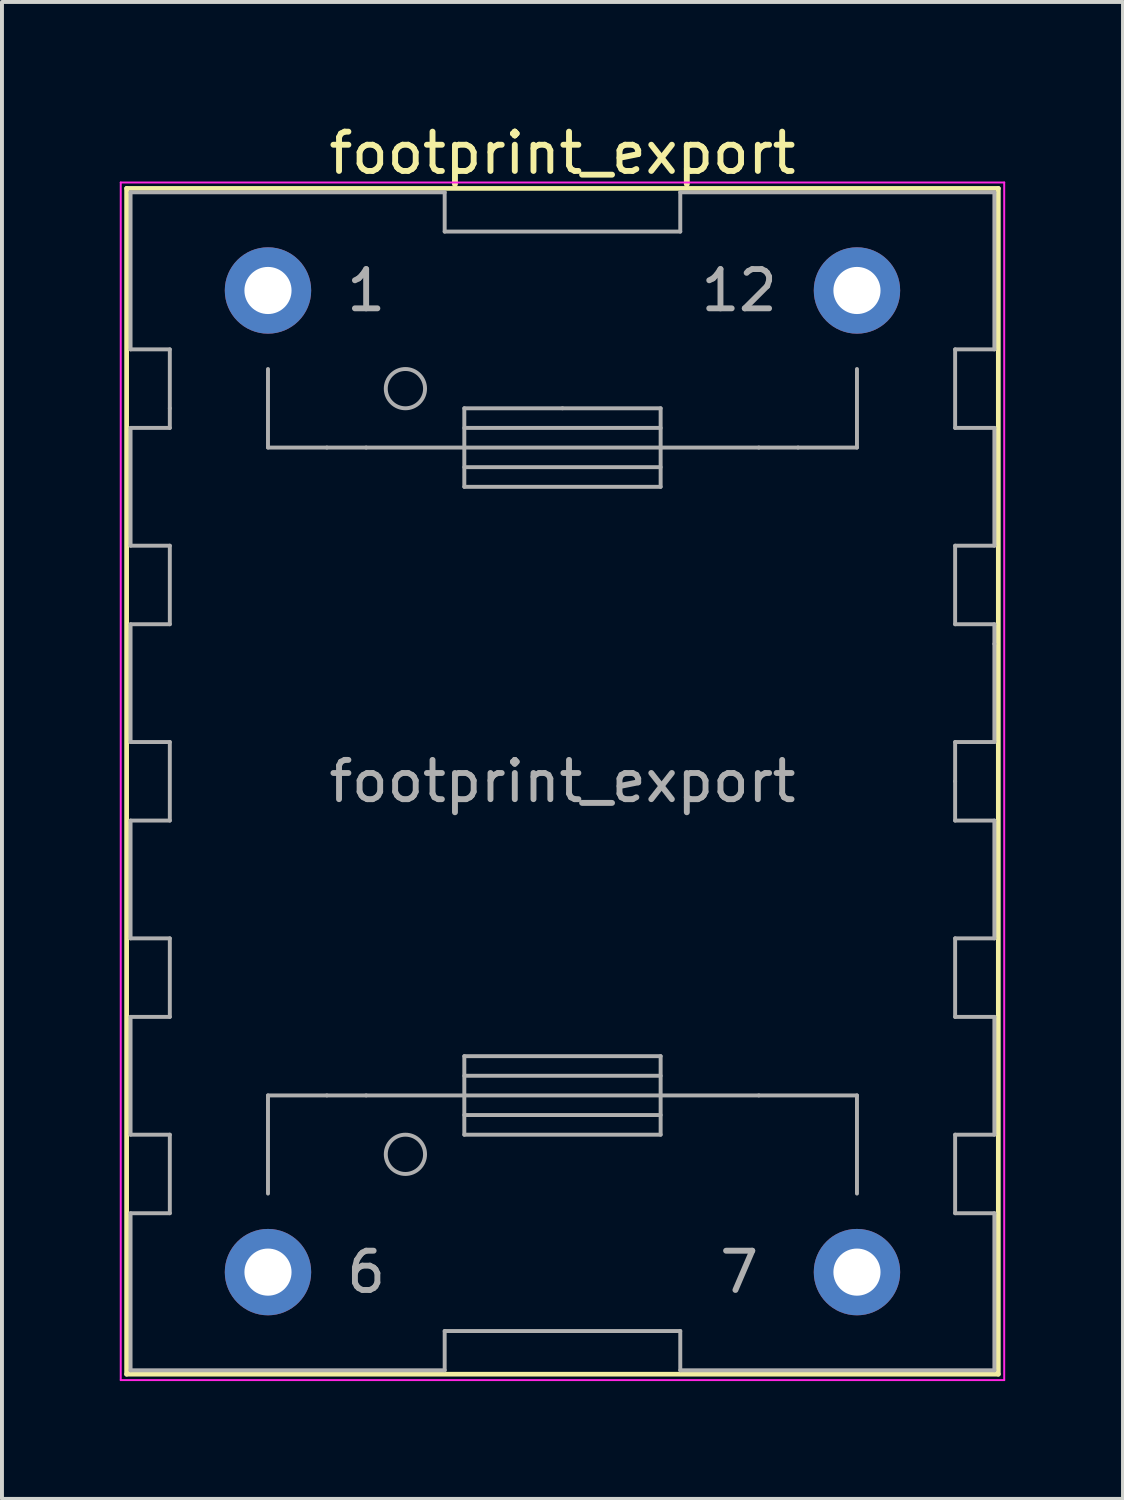
<source format=kicad_pcb>
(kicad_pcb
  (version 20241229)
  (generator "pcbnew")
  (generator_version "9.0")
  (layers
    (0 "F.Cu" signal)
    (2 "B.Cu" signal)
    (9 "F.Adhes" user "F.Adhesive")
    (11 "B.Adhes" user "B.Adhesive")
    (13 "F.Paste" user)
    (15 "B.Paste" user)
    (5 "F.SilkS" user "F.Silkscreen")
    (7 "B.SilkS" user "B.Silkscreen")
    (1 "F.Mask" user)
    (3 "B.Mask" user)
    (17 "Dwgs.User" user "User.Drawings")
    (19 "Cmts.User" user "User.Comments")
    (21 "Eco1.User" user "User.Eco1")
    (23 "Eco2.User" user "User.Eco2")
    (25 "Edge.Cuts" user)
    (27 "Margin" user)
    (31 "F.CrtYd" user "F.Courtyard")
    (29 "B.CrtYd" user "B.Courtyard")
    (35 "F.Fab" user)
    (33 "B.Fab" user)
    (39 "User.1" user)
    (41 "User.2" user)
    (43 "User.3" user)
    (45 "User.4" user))
  (footprint "footprint_export"
    (layer "F.Cu")
    (at 3.775 4.348)
    (property "Reference" "footprint_export" (at 7.5 -3.5 0) (layer "F.SilkS") (effects (font (size 1 1) (thickness 0.15))))
    (attr through_hole)
    (fp_line (start -3.6 -2.6) (end -3.6 27.6) (stroke (width 0.12) (type solid)) (layer "F.SilkS"))
    (fp_line (start -3.6 27.6) (end 18.6 27.6) (stroke (width 0.12) (type solid)) (layer "F.SilkS"))
    (fp_line (start 18.6 -2.6) (end -3.6 -2.6) (stroke (width 0.12) (type solid)) (layer "F.SilkS"))
    (fp_line (start 18.6 27.6) (end 18.6 -2.6) (stroke (width 0.12) (type solid)) (layer "F.SilkS"))
    (fp_line (start -3.75 -2.75) (end 18.75 -2.75) (stroke (width 0.05) (type solid)) (layer "F.CrtYd"))
    (fp_line (start -3.75 27.75) (end -3.75 -2.75) (stroke (width 0.05) (type solid)) (layer "F.CrtYd"))
    (fp_line (start 18.75 -2.75) (end 18.75 27.75) (stroke (width 0.05) (type solid)) (layer "F.CrtYd"))
    (fp_line (start 18.75 27.75) (end -3.75 27.75) (stroke (width 0.05) (type solid)) (layer "F.CrtYd"))
    (fp_line (start -3.5 -2.5) (end -3.5 1.5) (stroke (width 0.1) (type solid)) (layer "F.Fab"))
    (fp_line (start -3.5 1.5) (end -2.5 1.5) (stroke (width 0.1) (type solid)) (layer "F.Fab"))
    (fp_line (start -3.5 3.5) (end -3.5 6.5) (stroke (width 0.1) (type solid)) (layer "F.Fab"))
    (fp_line (start -3.5 6.5) (end -2.5 6.5) (stroke (width 0.1) (type solid)) (layer "F.Fab"))
    (fp_line (start -3.5 8.5) (end -3.5 11.5) (stroke (width 0.1) (type solid)) (layer "F.Fab"))
    (fp_line (start -3.5 11.5) (end -2.5 11.5) (stroke (width 0.1) (type solid)) (layer "F.Fab"))
    (fp_line (start -3.5 13.5) (end -3.5 16.5) (stroke (width 0.1) (type solid)) (layer "F.Fab"))
    (fp_line (start -3.5 16.5) (end -2.5 16.5) (stroke (width 0.1) (type solid)) (layer "F.Fab"))
    (fp_line (start -3.5 18.5) (end -3.5 21.5) (stroke (width 0.1) (type solid)) (layer "F.Fab"))
    (fp_line (start -3.5 21.5) (end -2.5 21.5) (stroke (width 0.1) (type solid)) (layer "F.Fab"))
    (fp_line (start -3.5 23.5) (end -3.5 27.5) (stroke (width 0.1) (type solid)) (layer "F.Fab"))
    (fp_line (start -2.5 1.5) (end -2.5 3) (stroke (width 0.1) (type solid)) (layer "F.Fab"))
    (fp_line (start -2.5 3) (end -2.5 3.5) (stroke (width 0.1) (type solid)) (layer "F.Fab"))
    (fp_line (start -2.5 3.5) (end -3.5 3.5) (stroke (width 0.1) (type solid)) (layer "F.Fab"))
    (fp_line (start -2.5 6.5) (end -2.5 8.5) (stroke (width 0.1) (type solid)) (layer "F.Fab"))
    (fp_line (start -2.5 8.5) (end -3.5 8.5) (stroke (width 0.1) (type solid)) (layer "F.Fab"))
    (fp_line (start -2.5 11.5) (end -2.5 13.5) (stroke (width 0.1) (type solid)) (layer "F.Fab"))
    (fp_line (start -2.5 13.5) (end -3.5 13.5) (stroke (width 0.1) (type solid)) (layer "F.Fab"))
    (fp_line (start -2.5 16.5) (end -2.5 18.5) (stroke (width 0.1) (type solid)) (layer "F.Fab"))
    (fp_line (start -2.5 18.5) (end -3.5 18.5) (stroke (width 0.1) (type solid)) (layer "F.Fab"))
    (fp_line (start -2.5 21.5) (end -2.5 23.5) (stroke (width 0.1) (type solid)) (layer "F.Fab"))
    (fp_line (start -2.5 23.5) (end -3.5 23.5) (stroke (width 0.1) (type solid)) (layer "F.Fab"))
    (fp_line (start 0 4) (end 0 2) (stroke (width 0.1) (type solid)) (layer "F.Fab"))
    (fp_line (start 0 20.5) (end 0 23) (stroke (width 0.1) (type solid)) (layer "F.Fab"))
    (fp_line (start 1.5 4) (end 0 4) (stroke (width 0.1) (type solid)) (layer "F.Fab"))
    (fp_line (start 1.5 20.5) (end 0 20.5) (stroke (width 0.1) (type solid)) (layer "F.Fab"))
    (fp_line (start 2.5 4) (end 1.5 4) (stroke (width 0.1) (type solid)) (layer "F.Fab"))
    (fp_line (start 2.5 20.5) (end 1.5 20.5) (stroke (width 0.1) (type solid)) (layer "F.Fab"))
    (fp_line (start 2.5 20.5) (end 5 20.5) (stroke (width 0.1) (type solid)) (layer "F.Fab"))
    (fp_line (start 4.5 -2.5) (end -3.5 -2.5) (stroke (width 0.1) (type solid)) (layer "F.Fab"))
    (fp_line (start 4.5 -1.5) (end 4.5 -2.5) (stroke (width 0.1) (type solid)) (layer "F.Fab"))
    (fp_line (start 4.5 26.5) (end 4.5 27.5) (stroke (width 0.1) (type solid)) (layer "F.Fab"))
    (fp_line (start 4.5 27.5) (end -3.5 27.5) (stroke (width 0.1) (type solid)) (layer "F.Fab"))
    (fp_line (start 5 3) (end 7.5 3) (stroke (width 0.1) (type solid)) (layer "F.Fab"))
    (fp_line (start 5 4) (end 2.5 4) (stroke (width 0.1) (type solid)) (layer "F.Fab"))
    (fp_line (start 5 4) (end 10 4) (stroke (width 0.1) (type solid)) (layer "F.Fab"))
    (fp_line (start 5 4.5) (end 10 4.5) (stroke (width 0.1) (type solid)) (layer "F.Fab"))
    (fp_line (start 5 5) (end 5 3) (stroke (width 0.1) (type solid)) (layer "F.Fab"))
    (fp_line (start 5 19.5) (end 10 19.5) (stroke (width 0.1) (type solid)) (layer "F.Fab"))
    (fp_line (start 5 21) (end 10 21) (stroke (width 0.1) (type solid)) (layer "F.Fab"))
    (fp_line (start 5 21.5) (end 5 19.5) (stroke (width 0.1) (type solid)) (layer "F.Fab"))
    (fp_line (start 7.5 3) (end 10 3) (stroke (width 0.1) (type solid)) (layer "F.Fab"))
    (fp_line (start 10 3) (end 10 5) (stroke (width 0.1) (type solid)) (layer "F.Fab"))
    (fp_line (start 10 3.5) (end 5 3.5) (stroke (width 0.1) (type solid)) (layer "F.Fab"))
    (fp_line (start 10 4) (end 12.5 4) (stroke (width 0.1) (type solid)) (layer "F.Fab"))
    (fp_line (start 10 5) (end 5 5) (stroke (width 0.1) (type solid)) (layer "F.Fab"))
    (fp_line (start 10 19.5) (end 10 21.5) (stroke (width 0.1) (type solid)) (layer "F.Fab"))
    (fp_line (start 10 20) (end 5 20) (stroke (width 0.1) (type solid)) (layer "F.Fab"))
    (fp_line (start 10 20.5) (end 5 20.5) (stroke (width 0.1) (type solid)) (layer "F.Fab"))
    (fp_line (start 10 21.5) (end 5 21.5) (stroke (width 0.1) (type solid)) (layer "F.Fab"))
    (fp_line (start 10.5 -2.5) (end 10.5 -1.5) (stroke (width 0.1) (type solid)) (layer "F.Fab"))
    (fp_line (start 10.5 -1.5) (end 4.5 -1.5) (stroke (width 0.1) (type solid)) (layer "F.Fab"))
    (fp_line (start 10.5 26.5) (end 4.5 26.5) (stroke (width 0.1) (type solid)) (layer "F.Fab"))
    (fp_line (start 10.5 27.5) (end 10.5 26.5) (stroke (width 0.1) (type solid)) (layer "F.Fab"))
    (fp_line (start 12.5 4) (end 13.5 4) (stroke (width 0.1) (type solid)) (layer "F.Fab"))
    (fp_line (start 12.5 20.5) (end 10 20.5) (stroke (width 0.1) (type solid)) (layer "F.Fab"))
    (fp_line (start 12.5 20.5) (end 15 20.5) (stroke (width 0.1) (type solid)) (layer "F.Fab"))
    (fp_line (start 13.5 4) (end 15 4) (stroke (width 0.1) (type solid)) (layer "F.Fab"))
    (fp_line (start 15 4) (end 15 2) (stroke (width 0.1) (type solid)) (layer "F.Fab"))
    (fp_line (start 15 20.5) (end 15 23) (stroke (width 0.1) (type solid)) (layer "F.Fab"))
    (fp_line (start 17.5 1.5) (end 18.5 1.5) (stroke (width 0.1) (type solid)) (layer "F.Fab"))
    (fp_line (start 17.5 3.5) (end 17.5 1.5) (stroke (width 0.1) (type solid)) (layer "F.Fab"))
    (fp_line (start 17.5 6.5) (end 18.5 6.5) (stroke (width 0.1) (type solid)) (layer "F.Fab"))
    (fp_line (start 17.5 8.5) (end 17.5 6.5) (stroke (width 0.1) (type solid)) (layer "F.Fab"))
    (fp_line (start 17.5 11.5) (end 18.5 11.5) (stroke (width 0.1) (type solid)) (layer "F.Fab"))
    (fp_line (start 17.5 12.5) (end 17.5 11.5) (stroke (width 0.1) (type solid)) (layer "F.Fab"))
    (fp_line (start 17.5 12.5) (end 17.5 13.5) (stroke (width 0.1) (type solid)) (layer "F.Fab"))
    (fp_line (start 17.5 13.5) (end 18.5 13.5) (stroke (width 0.1) (type solid)) (layer "F.Fab"))
    (fp_line (start 17.5 16.5) (end 17.5 18.5) (stroke (width 0.1) (type solid)) (layer "F.Fab"))
    (fp_line (start 17.5 18.5) (end 18.5 18.5) (stroke (width 0.1) (type solid)) (layer "F.Fab"))
    (fp_line (start 17.5 21.5) (end 17.5 23.5) (stroke (width 0.1) (type solid)) (layer "F.Fab"))
    (fp_line (start 17.5 23.5) (end 18.5 23.5) (stroke (width 0.1) (type solid)) (layer "F.Fab"))
    (fp_line (start 18.5 -2.5) (end 10.5 -2.5) (stroke (width 0.1) (type solid)) (layer "F.Fab"))
    (fp_line (start 18.5 1.5) (end 18.5 -2.5) (stroke (width 0.1) (type solid)) (layer "F.Fab"))
    (fp_line (start 18.5 3.5) (end 17.5 3.5) (stroke (width 0.1) (type solid)) (layer "F.Fab"))
    (fp_line (start 18.5 6.5) (end 18.5 3.5) (stroke (width 0.1) (type solid)) (layer "F.Fab"))
    (fp_line (start 18.5 8.5) (end 17.5 8.5) (stroke (width 0.1) (type solid)) (layer "F.Fab"))
    (fp_line (start 18.5 9) (end 18.5 8.5) (stroke (width 0.1) (type solid)) (layer "F.Fab"))
    (fp_line (start 18.5 11.5) (end 18.5 9) (stroke (width 0.1) (type solid)) (layer "F.Fab"))
    (fp_line (start 18.5 13.5) (end 18.5 16.5) (stroke (width 0.1) (type solid)) (layer "F.Fab"))
    (fp_line (start 18.5 16.5) (end 17.5 16.5) (stroke (width 0.1) (type solid)) (layer "F.Fab"))
    (fp_line (start 18.5 18.5) (end 18.5 21.5) (stroke (width 0.1) (type solid)) (layer "F.Fab"))
    (fp_line (start 18.5 21.5) (end 17.5 21.5) (stroke (width 0.1) (type solid)) (layer "F.Fab"))
    (fp_line (start 18.5 23.5) (end 18.5 27.5) (stroke (width 0.1) (type solid)) (layer "F.Fab"))
    (fp_line (start 18.5 27.5) (end 10.5 27.5) (stroke (width 0.1) (type solid)) (layer "F.Fab"))
    (fp_circle (center 3.5 2.5) (end 4 2.5) (stroke (width 0.1) (type solid)) (fill no) (layer "F.Fab"))
    (fp_circle (center 3.5 22) (end 4 22) (stroke (width 0.1) (type solid)) (fill no) (layer "F.Fab"))
    (fp_text user "${REFERENCE}" (at 7.5 12.5 0) (layer "F.Fab") (effects (font (size 1 1) (thickness 0.15))))
    (fp_text user "12" (at 12 0 0) (layer "F.Fab") (effects (font (size 1 1) (thickness 0.15))))
    (fp_text user "6" (at 2.5 25 0) (layer "F.Fab") (effects (font (size 1 1) (thickness 0.15))))
    (fp_text user "7" (at 12 25 0) (layer "F.Fab") (effects (font (size 1 1) (thickness 0.15))))
    (fp_text user "1" (at 2.5 0 0) (layer "F.Fab") (effects (font (size 1 1) (thickness 0.15))))
    (pad "1" thru_hole circle (at 0 0) (size 2.2 2.2) (drill 1.2) (layers "*.Cu" "*.Mask"))
    (pad "6" thru_hole circle (at 0 25) (size 2.2 2.2) (drill 1.2) (layers "*.Cu" "*.Mask"))
    (pad "7" thru_hole circle (at 15 25) (size 2.2 2.2) (drill 1.2) (layers "*.Cu" "*.Mask"))
    (pad "12" thru_hole circle (at 15 0) (size 2.2 2.2) (drill 1.2) (layers "*.Cu" "*.Mask")))
  (gr_rect
    (start -3 -3)
    (end 25.55 35.123)
    (stroke (width 0.1) (type default))
    (fill no)
    (layer "Edge.Cuts")))
</source>
